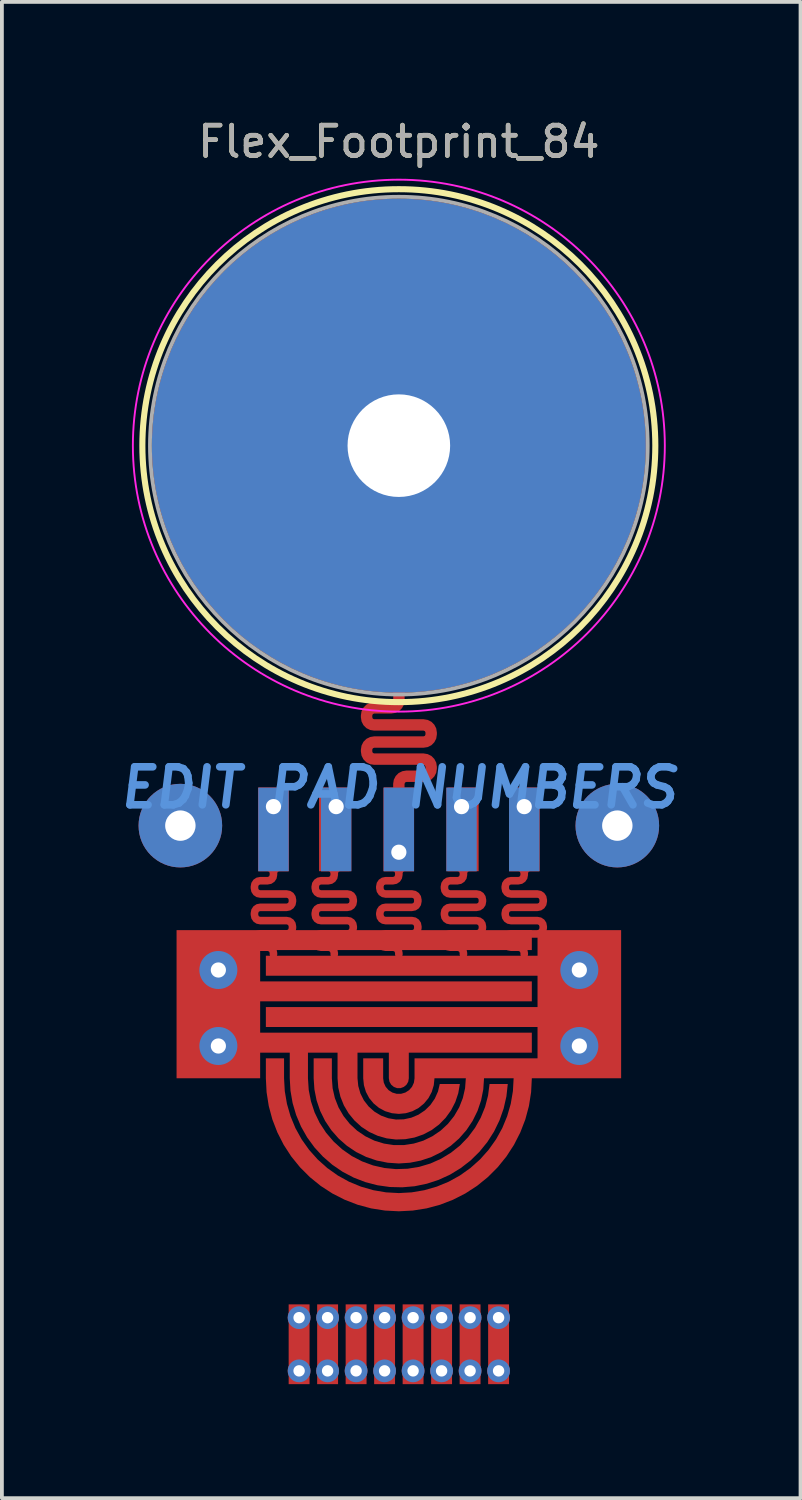
<source format=kicad_pcb>
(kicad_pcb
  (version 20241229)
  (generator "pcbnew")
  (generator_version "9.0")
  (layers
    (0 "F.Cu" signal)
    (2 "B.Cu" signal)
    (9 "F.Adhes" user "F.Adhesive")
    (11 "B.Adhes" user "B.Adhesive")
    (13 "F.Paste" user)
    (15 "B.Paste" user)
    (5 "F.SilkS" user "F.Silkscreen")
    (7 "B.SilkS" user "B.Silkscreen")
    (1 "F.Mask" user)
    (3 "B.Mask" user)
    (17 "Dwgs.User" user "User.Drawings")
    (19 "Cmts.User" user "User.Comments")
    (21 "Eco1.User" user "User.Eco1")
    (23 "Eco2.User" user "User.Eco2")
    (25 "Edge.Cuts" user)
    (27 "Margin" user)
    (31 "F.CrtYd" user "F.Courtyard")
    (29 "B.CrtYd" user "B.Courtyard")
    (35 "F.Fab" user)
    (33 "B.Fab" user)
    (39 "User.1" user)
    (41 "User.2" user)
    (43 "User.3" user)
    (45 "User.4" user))
  (footprint "Flex_Footprint_84"
    (layer "F.Cu")
    (at 7.447 8.679)
    (property "Reference" "Flex_Footprint_84" (at 0 -8 0) (layer "F.SilkS") (effects (font (size 0.8 0.8) (thickness 0.12))))
    (attr through_hole)
    (fp_circle (center 0 0) (end -6.75 0) (stroke (width 0.16) (type solid)) (fill no) (layer "F.SilkS"))
    (fp_circle (center 0 0) (end -7 0) (stroke (width 0.05) (type solid)) (fill no) (layer "F.CrtYd"))
    (fp_circle (center 0 0) (end -6.55 0) (stroke (width 0.1) (type solid)) (fill no) (layer "F.Fab"))
    (fp_text user "EDIT PAD NUMBERS" (at 0 9 0) (layer "Cmts.User") (effects (font (size 1 1) (thickness 0.2) (italic yes))))
    (fp_text user "${REFERENCE}" (at 0 -8 0) (layer "F.Fab") (effects (font (size 0.8 0.8) (thickness 0.12))))
    (pad "#" thru_hole circle (at -5.75 10) (size 2.2 2.2) (drill 0.8) (layers "*.Cu" "*.Mask"))
    (pad "#" smd custom (at -4.85 14.75) (size 0.2 0.2) (layers "F.Cu" "F.Mask") (options (anchor circle)) (primitives (gr_poly (pts (xy 8.35 -1.475) (xy 1.2 -1.475) (xy 1.2 -0.65) (xy 8.35 -0.65) (xy 8.35 -0.125) (xy 1.2 -0.125) (xy 1.2 0.7) (xy 8.35 0.7) (xy 8.35 1.225) (xy 5.112 1.225) (xy 5.112 1.9) (xy 5.097 1.99) (xy 5.051 2.069) (xy 4.981 2.127) (xy 4.896 2.159) (xy 4.804 2.159) (xy 4.719 2.127) (xy 4.649 2.069) (xy 4.603 1.99) (xy 4.587 1.9) (xy 4.587 1.225) (xy 3.762 1.225) (xy 3.762 1.9) (xy 3.782 2.103) (xy 3.838 2.299) (xy 3.93 2.481) (xy 4.055 2.642) (xy 4.207 2.777) (xy 4.382 2.882) (xy 4.574 2.952) (xy 4.775 2.985) (xy 4.979 2.98) (xy 5.178 2.937) (xy 5.366 2.858) (xy 5.535 2.745) (xy 5.681 2.602) (xy 5.797 2.434) (xy 5.88 2.248) (xy 5.927 2.05) (xy 6.456 2.05) (xy 6.414 2.292) (xy 6.336 2.525) (xy 6.224 2.743) (xy 6.08 2.942) (xy 5.908 3.117) (xy 5.711 3.264) (xy 5.494 3.378) (xy 5.262 3.459) (xy 5.02 3.503) (xy 4.775 3.511) (xy 4.531 3.481) (xy 4.295 3.414) (xy 4.071 3.312) (xy 3.866 3.178) (xy 3.684 3.013) (xy 3.528 2.823) (xy 3.403 2.612) (xy 3.312 2.384) (xy 3.256 2.145) (xy 3.237 1.9) (xy 3.237 1.225) (xy 2.458 1.225) (xy 2.458 1.9) (xy 2.478 2.206) (xy 2.537 2.507) (xy 2.633 2.798) (xy 2.766 3.074) (xy 2.934 3.331) (xy 3.133 3.564) (xy 3.36 3.77) (xy 3.611 3.946) (xy 3.883 4.087) (xy 4.171 4.193) (xy 4.47 4.261) (xy 4.775 4.29) (xy 5.081 4.28) (xy 5.384 4.231) (xy 5.678 4.144) (xy 5.958 4.019) (xy 6.22 3.86) (xy 6.46 3.669) (xy 6.673 3.448) (xy 6.856 3.202) (xy 7.006 2.935) (xy 7.121 2.651) (xy 7.198 2.354) (xy 7.237 2.05) (xy 7.717 2.05) (xy 7.681 2.376) (xy 7.608 2.696) (xy 7.499 3.006) (xy 7.356 3.301) (xy 7.179 3.578) (xy 6.972 3.833) (xy 6.738 4.063) (xy 6.478 4.264) (xy 6.198 4.435) (xy 5.9 4.572) (xy 5.588 4.674) (xy 5.266 4.741) (xy 4.939 4.769) (xy 4.611 4.761) (xy 4.286 4.715) (xy 3.968 4.632) (xy 3.662 4.514) (xy 3.371 4.361) (xy 3.1 4.176) (xy 2.852 3.961) (xy 2.63 3.72) (xy 2.436 3.454) (xy 2.275 3.169) (xy 2.147 2.866) (xy 2.054 2.551) (xy 1.998 2.228) (xy 1.979 1.9) (xy 1.979 1.225) (xy 1.2 1.225) (xy 1.2 1.9) (xy -1 1.9) (xy -1 -2) (xy 8.35 -2)) (width 0) (fill yes))))
    (pad "#" thru_hole circle (at -4.75 13.8) (size 1 1) (drill 0.4) (layers "*.Cu" "*.Mask"))
    (pad "#" thru_hole circle (at -4.75 15.8) (size 1 1) (drill 0.4) (layers "*.Cu" "*.Mask"))
    (pad "#" thru_hole rect (at -3.3 9.5) (size 0.8 2.2) (drill 0.4 (offset 0 0.6)) (layers "*.Cu" "*.Mask"))
    (pad "#" smd custom (at -3.3 13.4) (size 0.1 0.1) (layers "F.Cu" "F.Mask") (options (anchor circle)) (primitives (gr_poly (pts (xy -0.15 -2.05) (xy -0.115 -2.065) (xy -0.1 -2.1) (xy -0.1 -2.15) (xy -0.115 -2.185) (xy -0.15 -2.2) (xy -0.4 -2.2) (xy -0.4 -4.4) (xy 0.4 -4.4) (xy 0.4 -2.2) (xy 0.15 -2.2) (xy 0.115 -2.185) (xy 0.1 -2.15) (xy 0.1 -2.1) (xy 0.081 -2.004) (xy 0.027 -1.923) (xy -0.054 -1.869) (xy -0.15 -1.85) (xy -0.35 -1.85) (xy -0.385 -1.835) (xy -0.4 -1.8) (xy -0.4 -1.75) (xy -0.385 -1.715) (xy -0.35 -1.7) (xy 0.35 -1.7) (xy 0.446 -1.681) (xy 0.527 -1.627) (xy 0.581 -1.546) (xy 0.6 -1.45) (xy 0.6 -1.4) (xy 0.581 -1.304) (xy 0.527 -1.223) (xy 0.446 -1.169) (xy 0.35 -1.15) (xy -0.35 -1.15) (xy -0.385 -1.135) (xy -0.4 -1.1) (xy -0.4 -1.05) (xy -0.385 -1.015) (xy -0.35 -1) (xy 0.35 -1) (xy 0.446 -0.981) (xy 0.527 -0.927) (xy 0.581 -0.846) (xy 0.6 -0.75) (xy 0.6 -0.7) (xy 0.581 -0.604) (xy 0.527 -0.523) (xy 0.446 -0.469) (xy 0.35 -0.45) (xy -0.35 -0.45) (xy -0.385 -0.435) (xy -0.4 -0.4) (xy -0.4 -0.35) (xy -0.385 -0.315) (xy -0.35 -0.3) (xy -0.15 -0.3) (xy -0.054 -0.281) (xy 0.027 -0.227) (xy 0.081 -0.146) (xy 0.1 -0.05) (xy 0.1 0) (xy 0.081 0.059) (xy 0.031 0.095) (xy -0.031 0.095) (xy -0.081 0.059) (xy -0.1 0) (xy -0.1 -0.05) (xy -0.115 -0.085) (xy -0.15 -0.1) (xy -0.35 -0.1) (xy -0.446 -0.119) (xy -0.527 -0.173) (xy -0.581 -0.254) (xy -0.6 -0.35) (xy -0.6 -0.4) (xy -0.581 -0.496) (xy -0.527 -0.577) (xy -0.446 -0.631) (xy -0.35 -0.65) (xy 0.35 -0.65) (xy 0.385 -0.665) (xy 0.4 -0.7) (xy 0.4 -0.75) (xy 0.385 -0.785) (xy 0.35 -0.8) (xy -0.35 -0.8) (xy -0.446 -0.819) (xy -0.527 -0.873) (xy -0.581 -0.954) (xy -0.6 -1.05) (xy -0.6 -1.1) (xy -0.581 -1.196) (xy -0.527 -1.277) (xy -0.446 -1.331) (xy -0.35 -1.35) (xy 0.35 -1.35) (xy 0.385 -1.365) (xy 0.4 -1.4) (xy 0.4 -1.45) (xy 0.385 -1.485) (xy 0.35 -1.5) (xy -0.35 -1.5) (xy -0.446 -1.519) (xy -0.527 -1.573) (xy -0.581 -1.654) (xy -0.6 -1.75) (xy -0.6 -1.8) (xy -0.581 -1.896) (xy -0.527 -1.977) (xy -0.446 -2.031) (xy -0.35 -2.05)) (width 0) (fill yes))))
    (pad "#" thru_hole circle (at -2.625 22.95) (size 0.6 0.6) (drill 0.3) (layers "*.Cu" "*.Mask"))
    (pad "#" smd custom (at -2.625 23.65) (size 0.2 0.2) (layers "F.Cu" "F.Mask") (options (anchor circle)) (primitives (gr_poly (pts (xy -0.275 -1.05) (xy -0.275 1.05) (xy 0.275 1.05) (xy 0.275 -1.05)) (width 0) (fill yes))))
    (pad "#" thru_hole circle (at -2.625 24.35) (size 0.6 0.6) (drill 0.3) (layers "*.Cu" "*.Mask"))
    (pad "#" thru_hole circle (at -1.875 22.95) (size 0.6 0.6) (drill 0.3) (layers "*.Cu" "*.Mask"))
    (pad "#" smd custom (at -1.875 23.65) (size 0.2 0.2) (layers "F.Cu" "F.Mask") (options (anchor circle)) (primitives (gr_poly (pts (xy 0.275 -1.05) (xy 0.275 1.05) (xy -0.275 1.05) (xy -0.275 -1.05)) (width 0) (fill yes))))
    (pad "#" thru_hole circle (at -1.875 24.35) (size 0.6 0.6) (drill 0.3) (layers "*.Cu" "*.Mask"))
    (pad "#" smd custom (at -1.7 13.4) (size 0.1 0.1) (layers "F.Cu" "F.Mask") (options (anchor circle)) (primitives (gr_poly (pts (xy -0.15 -2.05) (xy -0.115 -2.065) (xy -0.1 -2.1) (xy -0.1 -2.15) (xy -0.115 -2.185) (xy -0.15 -2.2) (xy -0.4 -2.2) (xy -0.4 -4.4) (xy 0.4 -4.4) (xy 0.4 -2.2) (xy 0.15 -2.2) (xy 0.115 -2.185) (xy 0.1 -2.15) (xy 0.1 -2.1) (xy 0.081 -2.004) (xy 0.027 -1.923) (xy -0.054 -1.869) (xy -0.15 -1.85) (xy -0.35 -1.85) (xy -0.385 -1.835) (xy -0.4 -1.8) (xy -0.4 -1.75) (xy -0.385 -1.715) (xy -0.35 -1.7) (xy 0.35 -1.7) (xy 0.446 -1.681) (xy 0.527 -1.627) (xy 0.581 -1.546) (xy 0.6 -1.45) (xy 0.6 -1.4) (xy 0.581 -1.304) (xy 0.527 -1.223) (xy 0.446 -1.169) (xy 0.35 -1.15) (xy -0.35 -1.15) (xy -0.385 -1.135) (xy -0.4 -1.1) (xy -0.4 -1.05) (xy -0.385 -1.015) (xy -0.35 -1) (xy 0.35 -1) (xy 0.446 -0.981) (xy 0.527 -0.927) (xy 0.581 -0.846) (xy 0.6 -0.75) (xy 0.6 -0.7) (xy 0.581 -0.604) (xy 0.527 -0.523) (xy 0.446 -0.469) (xy 0.35 -0.45) (xy -0.35 -0.45) (xy -0.385 -0.435) (xy -0.4 -0.4) (xy -0.4 -0.35) (xy -0.385 -0.315) (xy -0.35 -0.3) (xy -0.15 -0.3) (xy -0.054 -0.281) (xy 0.027 -0.227) (xy 0.081 -0.146) (xy 0.1 -0.05) (xy 0.1 0) (xy 0.081 0.059) (xy 0.031 0.095) (xy -0.031 0.095) (xy -0.081 0.059) (xy -0.1 0) (xy -0.1 -0.05) (xy -0.115 -0.085) (xy -0.15 -0.1) (xy -0.35 -0.1) (xy -0.446 -0.119) (xy -0.527 -0.173) (xy -0.581 -0.254) (xy -0.6 -0.35) (xy -0.6 -0.4) (xy -0.581 -0.496) (xy -0.527 -0.577) (xy -0.446 -0.631) (xy -0.35 -0.65) (xy 0.35 -0.65) (xy 0.385 -0.665) (xy 0.4 -0.7) (xy 0.4 -0.75) (xy 0.385 -0.785) (xy 0.35 -0.8) (xy -0.35 -0.8) (xy -0.446 -0.819) (xy -0.527 -0.873) (xy -0.581 -0.954) (xy -0.6 -1.05) (xy -0.6 -1.1) (xy -0.581 -1.196) (xy -0.527 -1.277) (xy -0.446 -1.331) (xy -0.35 -1.35) (xy 0.35 -1.35) (xy 0.385 -1.365) (xy 0.4 -1.4) (xy 0.4 -1.45) (xy 0.385 -1.485) (xy 0.35 -1.5) (xy -0.35 -1.5) (xy -0.446 -1.519) (xy -0.527 -1.573) (xy -0.581 -1.654) (xy -0.6 -1.75) (xy -0.6 -1.8) (xy -0.581 -1.896) (xy -0.527 -1.977) (xy -0.446 -2.031) (xy -0.35 -2.05)) (width 0) (fill yes))))
    (pad "#" thru_hole rect (at -1.65 9.5) (size 0.8 2.2) (drill 0.4 (offset 0 0.6)) (layers "*.Cu" "*.Mask"))
    (pad "#" thru_hole circle (at -1.125 22.95) (size 0.6 0.6) (drill 0.3) (layers "*.Cu" "*.Mask"))
    (pad "#" smd custom (at -1.125 23.65) (size 0.2 0.2) (layers "F.Cu" "F.Mask") (options (anchor circle)) (primitives (gr_poly (pts (xy 0.275 -1.05) (xy 0.275 1.05) (xy -0.275 1.05) (xy -0.275 -1.05)) (width 0) (fill yes))))
    (pad "#" thru_hole circle (at -1.125 24.35) (size 0.6 0.6) (drill 0.3) (layers "*.Cu" "*.Mask"))
    (pad "#" thru_hole circle (at -0.375 22.95) (size 0.6 0.6) (drill 0.3) (layers "*.Cu" "*.Mask"))
    (pad "#" smd custom (at -0.375 23.65) (size 0.2 0.2) (layers "F.Cu" "F.Mask") (options (anchor circle)) (primitives (gr_poly (pts (xy 0.275 1.05) (xy -0.275 1.05) (xy -0.275 -1.05) (xy 0.275 -1.05)) (width 0) (fill yes))))
    (pad "#" thru_hole circle (at -0.375 24.35) (size 0.6 0.6) (drill 0.3) (layers "*.Cu" "*.Mask"))
    (pad "#" thru_hole circle (at 0 0) (size 13 13) (drill 2.7) (layers "*.Cu" "*.Mask"))
    (pad "#" smd custom (at 0 9.033) (size 0.073 0.073) (layers "F.Cu" "F.Mask") (options (anchor circle)) (primitives (gr_poly (pts (xy -0.15 2.317) (xy -0.115 2.302) (xy -0.1 2.267) (xy -0.1 2.217) (xy -0.115 2.181) (xy -0.15 2.167) (xy -0.4 2.167) (xy -0.4 -0.033) (xy 0.4 -0.033) (xy 0.4 2.167) (xy 0.15 2.167) (xy 0.115 2.181) (xy 0.1 2.217) (xy 0.1 2.267) (xy 0.081 2.362) (xy 0.027 2.444) (xy -0.054 2.498) (xy -0.15 2.517) (xy -0.35 2.517) (xy -0.385 2.531) (xy -0.4 2.567) (xy -0.4 2.617) (xy -0.385 2.652) (xy -0.35 2.667) (xy 0.35 2.667) (xy 0.446 2.686) (xy 0.527 2.74) (xy 0.581 2.821) (xy 0.6 2.917) (xy 0.6 2.967) (xy 0.581 3.062) (xy 0.527 3.144) (xy 0.446 3.198) (xy 0.35 3.217) (xy -0.35 3.217) (xy -0.385 3.231) (xy -0.4 3.267) (xy -0.4 3.317) (xy -0.385 3.352) (xy -0.35 3.367) (xy 0.35 3.367) (xy 0.446 3.386) (xy 0.527 3.44) (xy 0.581 3.521) (xy 0.6 3.617) (xy 0.6 3.667) (xy 0.581 3.762) (xy 0.527 3.844) (xy 0.446 3.898) (xy 0.35 3.917) (xy -0.35 3.917) (xy -0.385 3.931) (xy -0.4 3.967) (xy -0.4 4.017) (xy -0.385 4.052) (xy -0.35 4.067) (xy -0.15 4.067) (xy -0.054 4.086) (xy 0.027 4.14) (xy 0.081 4.221) (xy 0.1 4.317) (xy 0.1 4.367) (xy 0.081 4.426) (xy 0.031 4.462) (xy -0.031 4.462) (xy -0.081 4.426) (xy -0.1 4.367) (xy -0.1 4.317) (xy -0.115 4.281) (xy -0.15 4.267) (xy -0.35 4.267) (xy -0.446 4.248) (xy -0.527 4.194) (xy -0.581 4.112) (xy -0.6 4.017) (xy -0.6 3.967) (xy -0.581 3.871) (xy -0.527 3.79) (xy -0.446 3.736) (xy -0.35 3.717) (xy 0.35 3.717) (xy 0.385 3.702) (xy 0.4 3.667) (xy 0.4 3.617) (xy 0.385 3.581) (xy 0.35 3.567) (xy -0.35 3.567) (xy -0.446 3.548) (xy -0.527 3.494) (xy -0.581 3.412) (xy -0.6 3.317) (xy -0.6 3.267) (xy -0.581 3.171) (xy -0.527 3.09) (xy -0.446 3.036) (xy -0.35 3.017) (xy 0.35 3.017) (xy 0.385 3.002) (xy 0.4 2.967) (xy 0.4 2.917) (xy 0.385 2.881) (xy 0.35 2.867) (xy -0.35 2.867) (xy -0.446 2.848) (xy -0.527 2.794) (xy -0.581 2.712) (xy -0.6 2.617) (xy -0.6 2.567) (xy -0.581 2.471) (xy -0.527 2.39) (xy -0.446 2.336) (xy -0.35 2.317)) (width 0) (fill yes))))
    (pad "#" smd custom (at 0 9.033) (size 0.073 0.073) (layers "F.Cu" "F.Mask") (options (anchor circle)) (primitives (gr_poly (pts (xy -0.198 -2.283) (xy -0.162 -2.297) (xy -0.148 -2.333) (xy -0.148 -2.595) (xy 0.152 -2.595) (xy 0.152 -2.333) (xy 0.135 -2.224) (xy 0.085 -2.127) (xy 0.008 -2.049) (xy -0.09 -2) (xy -0.198 -1.983) (xy -0.649 -1.983) (xy -0.684 -1.968) (xy -0.699 -1.933) (xy -0.699 -1.883) (xy -0.684 -1.847) (xy -0.649 -1.833) (xy 0.651 -1.833) (xy 0.759 -1.815) (xy 0.857 -1.766) (xy 0.934 -1.688) (xy 0.984 -1.591) (xy 1.001 -1.483) (xy 1.001 -1.433) (xy 0.984 -1.324) (xy 0.934 -1.227) (xy 0.857 -1.149) (xy 0.759 -1.1) (xy 0.651 -1.083) (xy -0.649 -1.083) (xy -0.684 -1.068) (xy -0.699 -1.033) (xy -0.699 -0.983) (xy -0.684 -0.947) (xy -0.649 -0.933) (xy 0.651 -0.933) (xy 0.759 -0.915) (xy 0.857 -0.866) (xy 0.934 -0.788) (xy 0.984 -0.691) (xy 1.001 -0.583) (xy 1.001 -0.533) (xy 0.984 -0.424) (xy 0.934 -0.327) (xy 0.857 -0.249) (xy 0.759 -0.2) (xy 0.651 -0.183) (xy 0.2 -0.183) (xy 0.165 -0.168) (xy 0.15 -0.133) (xy 0.15 0) (xy 0.135 0.065) (xy 0.094 0.117) (xy 0.033 0.146) (xy -0.033 0.146) (xy -0.094 0.117) (xy -0.135 0.065) (xy -0.15 0) (xy -0.15 -0.133) (xy -0.133 -0.241) (xy -0.083 -0.338) (xy -0.006 -0.416) (xy 0.092 -0.465) (xy 0.2 -0.483) (xy 0.651 -0.483) (xy 0.686 -0.497) (xy 0.701 -0.533) (xy 0.701 -0.583) (xy 0.686 -0.618) (xy 0.651 -0.633) (xy -0.649 -0.633) (xy -0.757 -0.65) (xy -0.855 -0.699) (xy -0.932 -0.777) (xy -0.982 -0.874) (xy -0.999 -0.983) (xy -0.999 -1.033) (xy -0.982 -1.141) (xy -0.932 -1.238) (xy -0.855 -1.316) (xy -0.757 -1.365) (xy -0.649 -1.383) (xy 0.651 -1.383) (xy 0.686 -1.397) (xy 0.701 -1.433) (xy 0.701 -1.483) (xy 0.686 -1.518) (xy 0.651 -1.533) (xy -0.649 -1.533) (xy -0.757 -1.55) (xy -0.855 -1.599) (xy -0.932 -1.677) (xy -0.982 -1.774) (xy -0.999 -1.883) (xy -0.999 -1.933) (xy -0.982 -2.041) (xy -0.932 -2.138) (xy -0.855 -2.216) (xy -0.757 -2.265) (xy -0.649 -2.283)) (width 0) (fill yes))))
    (pad "#" thru_hole rect (at 0 10.7) (size 0.8 2.2) (drill 0.4 (offset 0 -0.6)) (layers "*.Cu" "*.Mask"))
    (pad "#" thru_hole circle (at 0.375 22.95) (size 0.6 0.6) (drill 0.3) (layers "*.Cu" "*.Mask"))
    (pad "#" smd custom (at 0.375 23.65) (size 0.2 0.2) (layers "F.Cu" "F.Mask") (options (anchor circle)) (primitives (gr_poly (pts (xy 0.275 -1.05) (xy 0.275 1.05) (xy -0.275 1.05) (xy -0.275 -1.05)) (width 0) (fill yes))))
    (pad "#" thru_hole circle (at 0.375 24.35) (size 0.6 0.6) (drill 0.3) (layers "*.Cu" "*.Mask"))
    (pad "#" thru_hole circle (at 1.125 22.95) (size 0.6 0.6) (drill 0.3) (layers "*.Cu" "*.Mask"))
    (pad "#" smd custom (at 1.125 23.65) (size 0.2 0.2) (layers "F.Cu" "F.Mask") (options (anchor circle)) (primitives (gr_poly (pts (xy 0.275 -1.05) (xy 0.275 1.05) (xy -0.275 1.05) (xy -0.275 -1.05)) (width 0) (fill yes))))
    (pad "#" thru_hole circle (at 1.125 24.35) (size 0.6 0.6) (drill 0.3) (layers "*.Cu" "*.Mask"))
    (pad "#" thru_hole rect (at 1.65 9.5) (size 0.8 2.2) (drill 0.4 (offset 0 0.6)) (layers "*.Cu" "*.Mask"))
    (pad "#" smd custom (at 1.7 13.4) (size 0.1 0.1) (layers "F.Cu" "F.Mask") (options (anchor circle)) (primitives (gr_poly (pts (xy -0.15 -2.05) (xy -0.115 -2.065) (xy -0.1 -2.1) (xy -0.1 -2.15) (xy -0.115 -2.185) (xy -0.15 -2.2) (xy -0.4 -2.2) (xy -0.4 -4.4) (xy 0.4 -4.4) (xy 0.4 -2.2) (xy 0.15 -2.2) (xy 0.115 -2.185) (xy 0.1 -2.15) (xy 0.1 -2.1) (xy 0.081 -2.004) (xy 0.027 -1.923) (xy -0.054 -1.869) (xy -0.15 -1.85) (xy -0.35 -1.85) (xy -0.385 -1.835) (xy -0.4 -1.8) (xy -0.4 -1.75) (xy -0.385 -1.715) (xy -0.35 -1.7) (xy 0.35 -1.7) (xy 0.446 -1.681) (xy 0.527 -1.627) (xy 0.581 -1.546) (xy 0.6 -1.45) (xy 0.6 -1.4) (xy 0.581 -1.304) (xy 0.527 -1.223) (xy 0.446 -1.169) (xy 0.35 -1.15) (xy -0.35 -1.15) (xy -0.385 -1.135) (xy -0.4 -1.1) (xy -0.4 -1.05) (xy -0.385 -1.015) (xy -0.35 -1) (xy 0.35 -1) (xy 0.446 -0.981) (xy 0.527 -0.927) (xy 0.581 -0.846) (xy 0.6 -0.75) (xy 0.6 -0.7) (xy 0.581 -0.604) (xy 0.527 -0.523) (xy 0.446 -0.469) (xy 0.35 -0.45) (xy -0.35 -0.45) (xy -0.385 -0.435) (xy -0.4 -0.4) (xy -0.4 -0.35) (xy -0.385 -0.315) (xy -0.35 -0.3) (xy -0.15 -0.3) (xy -0.054 -0.281) (xy 0.027 -0.227) (xy 0.081 -0.146) (xy 0.1 -0.05) (xy 0.1 0) (xy 0.081 0.059) (xy 0.031 0.095) (xy -0.031 0.095) (xy -0.081 0.059) (xy -0.1 0) (xy -0.1 -0.05) (xy -0.115 -0.085) (xy -0.15 -0.1) (xy -0.35 -0.1) (xy -0.446 -0.119) (xy -0.527 -0.173) (xy -0.581 -0.254) (xy -0.6 -0.35) (xy -0.6 -0.4) (xy -0.581 -0.496) (xy -0.527 -0.577) (xy -0.446 -0.631) (xy -0.35 -0.65) (xy 0.35 -0.65) (xy 0.385 -0.665) (xy 0.4 -0.7) (xy 0.4 -0.75) (xy 0.385 -0.785) (xy 0.35 -0.8) (xy -0.35 -0.8) (xy -0.446 -0.819) (xy -0.527 -0.873) (xy -0.581 -0.954) (xy -0.6 -1.05) (xy -0.6 -1.1) (xy -0.581 -1.196) (xy -0.527 -1.277) (xy -0.446 -1.331) (xy -0.35 -1.35) (xy 0.35 -1.35) (xy 0.385 -1.365) (xy 0.4 -1.4) (xy 0.4 -1.45) (xy 0.385 -1.485) (xy 0.35 -1.5) (xy -0.35 -1.5) (xy -0.446 -1.519) (xy -0.527 -1.573) (xy -0.581 -1.654) (xy -0.6 -1.75) (xy -0.6 -1.8) (xy -0.581 -1.896) (xy -0.527 -1.977) (xy -0.446 -2.031) (xy -0.35 -2.05)) (width 0) (fill yes))))
    (pad "#" thru_hole circle (at 1.875 22.95) (size 0.6 0.6) (drill 0.3) (layers "*.Cu" "*.Mask"))
    (pad "#" smd custom (at 1.875 23.65) (size 0.2 0.2) (layers "F.Cu" "F.Mask") (options (anchor circle)) (primitives (gr_poly (pts (xy 0.275 -1.05) (xy 0.275 1.05) (xy -0.275 1.05) (xy -0.275 -1.05)) (width 0) (fill yes))))
    (pad "#" thru_hole circle (at 1.875 24.35) (size 0.6 0.6) (drill 0.3) (layers "*.Cu" "*.Mask"))
    (pad "#" thru_hole circle (at 2.625 22.95) (size 0.6 0.6) (drill 0.3) (layers "*.Cu" "*.Mask"))
    (pad "#" smd custom (at 2.625 23.65) (size 0.2 0.2) (layers "F.Cu" "F.Mask") (options (anchor circle)) (primitives (gr_poly (pts (xy 0.275 -1.05) (xy 0.275 1.05) (xy -0.275 1.05) (xy -0.275 -1.05)) (width 0) (fill yes))))
    (pad "#" thru_hole circle (at 2.625 24.35) (size 0.6 0.6) (drill 0.3) (layers "*.Cu" "*.Mask"))
    (pad "#" thru_hole rect (at 3.3 9.5) (size 0.8 2.2) (drill 0.4 (offset 0 0.6)) (layers "*.Cu" "*.Mask"))
    (pad "#" smd custom (at 3.3 13.4) (size 0.1 0.1) (layers "F.Cu" "F.Mask") (options (anchor circle)) (primitives (gr_poly (pts (xy -0.15 -2.05) (xy -0.115 -2.065) (xy -0.1 -2.1) (xy -0.1 -2.15) (xy -0.115 -2.185) (xy -0.15 -2.2) (xy -0.4 -2.2) (xy -0.4 -4.4) (xy 0.4 -4.4) (xy 0.4 -2.2) (xy 0.15 -2.2) (xy 0.115 -2.185) (xy 0.1 -2.15) (xy 0.1 -2.1) (xy 0.081 -2.004) (xy 0.027 -1.923) (xy -0.054 -1.869) (xy -0.15 -1.85) (xy -0.35 -1.85) (xy -0.385 -1.835) (xy -0.4 -1.8) (xy -0.4 -1.75) (xy -0.385 -1.715) (xy -0.35 -1.7) (xy 0.35 -1.7) (xy 0.446 -1.681) (xy 0.527 -1.627) (xy 0.581 -1.546) (xy 0.6 -1.45) (xy 0.6 -1.4) (xy 0.581 -1.304) (xy 0.527 -1.223) (xy 0.446 -1.169) (xy 0.35 -1.15) (xy -0.35 -1.15) (xy -0.385 -1.135) (xy -0.4 -1.1) (xy -0.4 -1.05) (xy -0.385 -1.015) (xy -0.35 -1) (xy 0.35 -1) (xy 0.446 -0.981) (xy 0.527 -0.927) (xy 0.581 -0.846) (xy 0.6 -0.75) (xy 0.6 -0.7) (xy 0.581 -0.604) (xy 0.527 -0.523) (xy 0.446 -0.469) (xy 0.35 -0.45) (xy -0.35 -0.45) (xy -0.385 -0.435) (xy -0.4 -0.4) (xy -0.4 -0.35) (xy -0.385 -0.315) (xy -0.35 -0.3) (xy -0.15 -0.3) (xy -0.054 -0.281) (xy 0.027 -0.227) (xy 0.081 -0.146) (xy 0.1 -0.05) (xy 0.1 0) (xy 0.081 0.059) (xy 0.031 0.095) (xy -0.031 0.095) (xy -0.081 0.059) (xy -0.1 0) (xy -0.1 -0.05) (xy -0.115 -0.085) (xy -0.15 -0.1) (xy -0.35 -0.1) (xy -0.446 -0.119) (xy -0.527 -0.173) (xy -0.581 -0.254) (xy -0.6 -0.35) (xy -0.6 -0.4) (xy -0.581 -0.496) (xy -0.527 -0.577) (xy -0.446 -0.631) (xy -0.35 -0.65) (xy 0.35 -0.65) (xy 0.385 -0.665) (xy 0.4 -0.7) (xy 0.4 -0.75) (xy 0.385 -0.785) (xy 0.35 -0.8) (xy -0.35 -0.8) (xy -0.446 -0.819) (xy -0.527 -0.873) (xy -0.581 -0.954) (xy -0.6 -1.05) (xy -0.6 -1.1) (xy -0.581 -1.196) (xy -0.527 -1.277) (xy -0.446 -1.331) (xy -0.35 -1.35) (xy 0.35 -1.35) (xy 0.385 -1.365) (xy 0.4 -1.4) (xy 0.4 -1.45) (xy 0.385 -1.485) (xy 0.35 -1.5) (xy -0.35 -1.5) (xy -0.446 -1.519) (xy -0.527 -1.573) (xy -0.581 -1.654) (xy -0.6 -1.75) (xy -0.6 -1.8) (xy -0.581 -1.896) (xy -0.527 -1.977) (xy -0.446 -2.031) (xy -0.35 -2.05)) (width 0) (fill yes))))
    (pad "#" thru_hole circle (at 4.75 13.8) (size 1 1) (drill 0.4) (layers "*.Cu" "*.Mask"))
    (pad "#" thru_hole circle (at 4.75 15.8) (size 1 1) (drill 0.4) (layers "*.Cu" "*.Mask"))
    (pad "#" smd custom (at 4.85 14.75) (size 0.2 0.2) (layers "F.Cu" "F.Mask") (options (anchor circle)) (primitives (gr_poly (pts (xy -8.331 2.266) (xy -8.274 2.628) (xy -8.179 2.982) (xy -8.047 3.324) (xy -7.881 3.65) (xy -7.682 3.957) (xy -7.451 4.242) (xy -7.192 4.501) (xy -6.907 4.732) (xy -6.6 4.931) (xy -6.274 5.097) (xy -5.932 5.229) (xy -5.578 5.324) (xy -5.216 5.381) (xy -4.85 5.4) (xy -4.484 5.381) (xy -4.122 5.324) (xy -3.768 5.229) (xy -3.426 5.097) (xy -3.1 4.931) (xy -2.793 4.732) (xy -2.508 4.501) (xy -2.249 4.242) (xy -2.018 3.957) (xy -1.819 3.65) (xy -1.653 3.324) (xy -1.521 2.982) (xy -1.426 2.628) (xy -1.369 2.266) (xy -1.35 1.9) (xy 1 1.9) (xy 1 -2) (xy -1.2 -2) (xy -1.2 -1.325) (xy -8.35 -1.325) (xy -8.35 -0.8) (xy -1.2 -0.8) (xy -1.2 0.025) (xy -8.35 0.025) (xy -8.35 0.55) (xy -1.2 0.55) (xy -1.2 1.375) (xy -4.437 1.375) (xy -4.437 1.9) (xy -4.454 2.016) (xy -4.503 2.123) (xy -4.58 2.212) (xy -4.679 2.275) (xy -4.791 2.308) (xy -4.909 2.308) (xy -5.021 2.275) (xy -5.12 2.212) (xy -5.197 2.123) (xy -5.246 2.016) (xy -5.263 1.9) (xy -5.263 1.375) (xy -5.788 1.375) (xy -5.788 1.9) (xy -5.769 2.083) (xy -5.716 2.259) (xy -5.63 2.421) (xy -5.513 2.563) (xy -5.371 2.68) (xy -5.209 2.766) (xy -5.033 2.819) (xy -4.85 2.837) (xy -4.667 2.819) (xy -4.491 2.766) (xy -4.329 2.68) (xy -4.187 2.563) (xy -4.07 2.421) (xy -3.984 2.259) (xy -3.931 2.083) (xy -3.912 1.9) (xy -3.087 1.9) (xy -3.107 2.163) (xy -3.166 2.42) (xy -3.262 2.665) (xy -3.394 2.893) (xy -3.558 3.099) (xy -3.751 3.278) (xy -3.969 3.426) (xy -4.206 3.541) (xy -4.458 3.618) (xy -4.718 3.658) (xy -4.982 3.658) (xy -5.242 3.618) (xy -5.494 3.541) (xy -5.731 3.426) (xy -5.949 3.278) (xy -6.142 3.099) (xy -6.306 2.893) (xy -6.438 2.665) (xy -6.534 2.42) (xy -6.593 2.163) (xy -6.613 1.9) (xy -6.613 1.375) (xy -7.092 1.375) (xy -7.092 1.9) (xy -7.072 2.193) (xy -7.015 2.48) (xy -6.921 2.758) (xy -6.791 3.021) (xy -6.628 3.265) (xy -6.435 3.485) (xy -6.215 3.678) (xy -5.971 3.841) (xy -5.708 3.971) (xy -5.43 4.065) (xy -5.143 4.122) (xy -4.85 4.142) (xy -4.557 4.122) (xy -4.27 4.065) (xy -3.992 3.971) (xy -3.729 3.841) (xy -3.485 3.678) (xy -3.265 3.485) (xy -3.072 3.265) (xy -2.909 3.021) (xy -2.779 2.758) (xy -2.685 2.48) (xy -2.628 2.193) (xy -2.608 1.9) (xy -1.829 1.9) (xy -1.848 2.238) (xy -1.905 2.572) (xy -1.999 2.898) (xy -2.128 3.211) (xy -2.292 3.507) (xy -2.488 3.783) (xy -2.714 4.036) (xy -2.967 4.262) (xy -3.243 4.458) (xy -3.539 4.622) (xy -3.852 4.751) (xy -4.178 4.845) (xy -4.512 4.902) (xy -4.85 4.921) (xy -5.188 4.902) (xy -5.522 4.845) (xy -5.848 4.751) (xy -6.161 4.622) (xy -6.457 4.458) (xy -6.733 4.262) (xy -6.986 4.036) (xy -7.212 3.783) (xy -7.408 3.507) (xy -7.572 3.211) (xy -7.701 2.898) (xy -7.795 2.572) (xy -7.852 2.238) (xy -7.871 1.9) (xy -7.871 1.375) (xy -8.35 1.375) (xy -8.35 1.9)) (width 0) (fill yes))))
    (pad "#" thru_hole circle (at 5.75 10) (size 2.2 2.2) (drill 0.8) (layers "*.Cu" "*.Mask")))
  (gr_rect
    (start -3 -3)
    (end 18.019 36.379)
    (stroke (width 0.1) (type default))
    (fill no)
    (layer "Edge.Cuts")))
</source>
